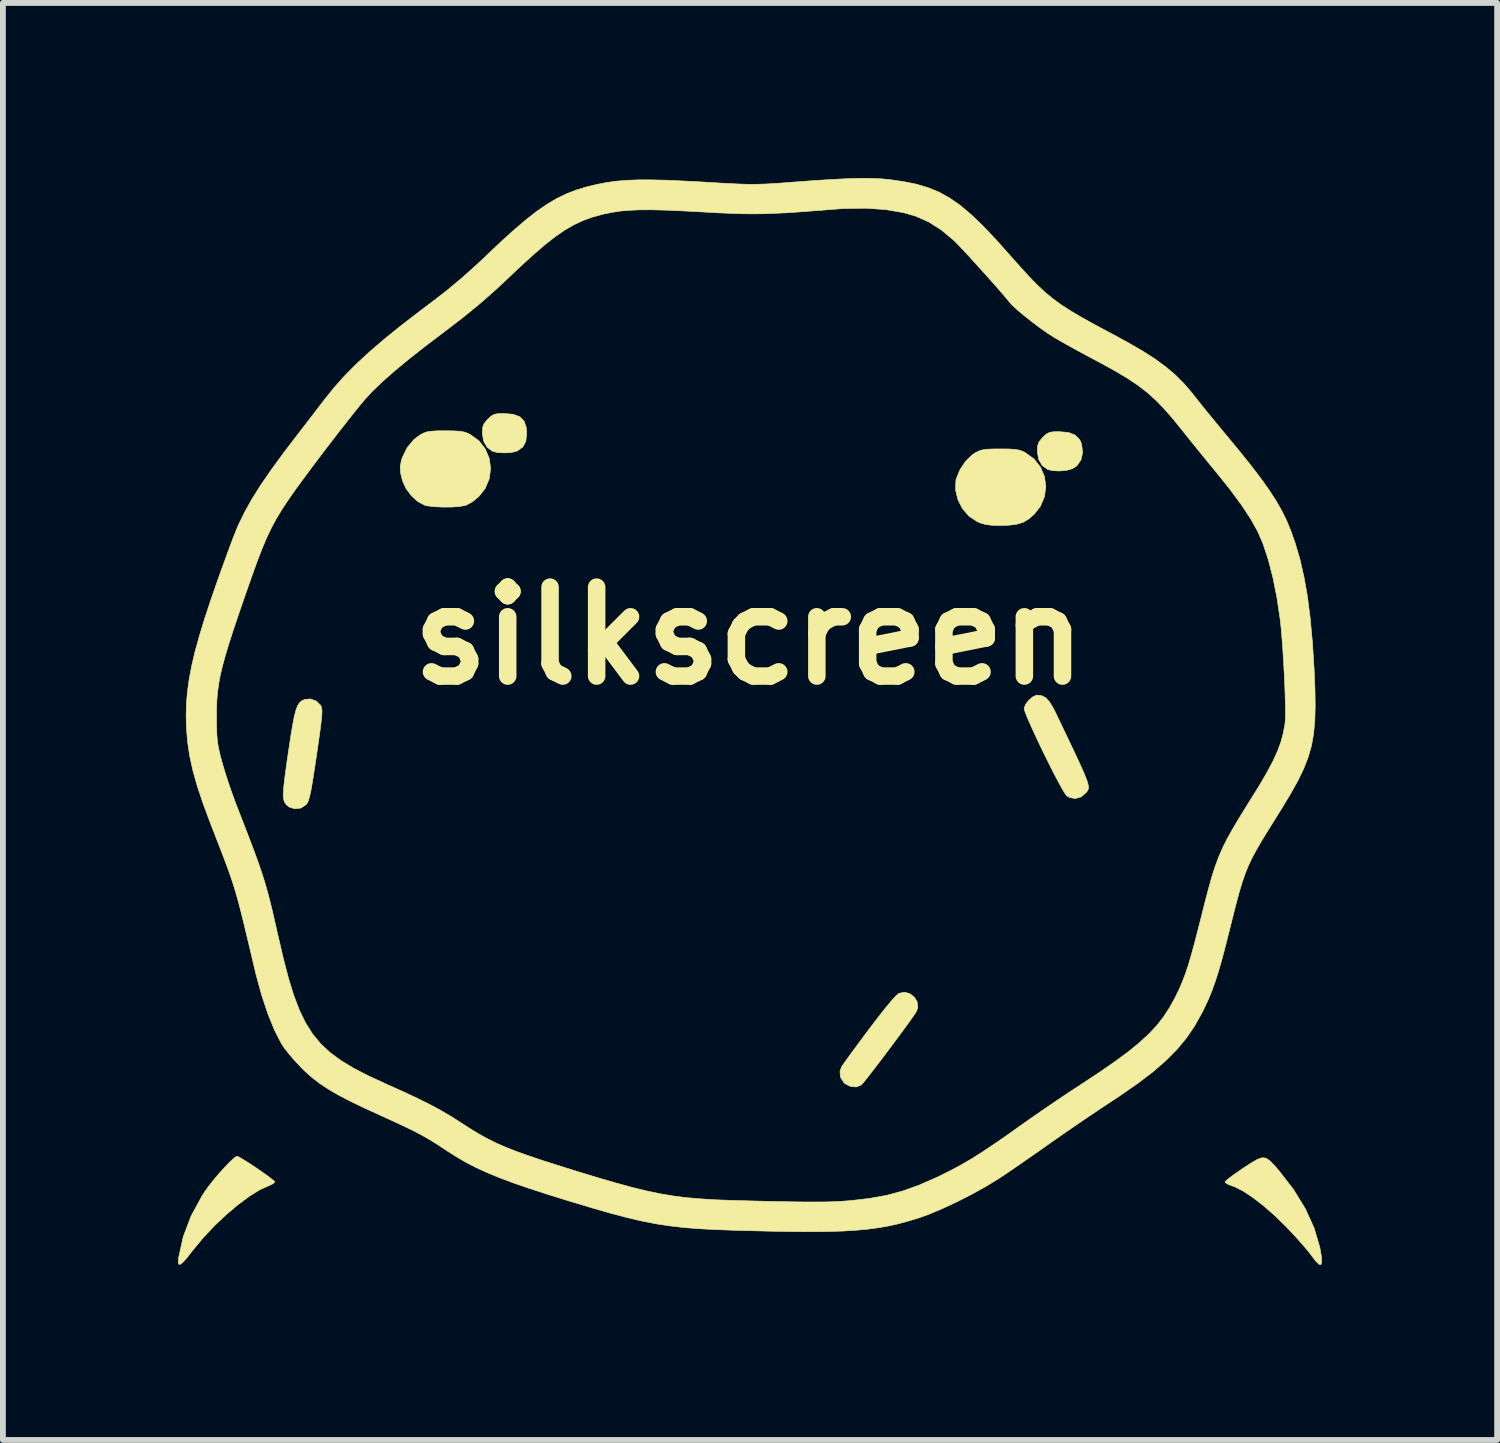
<source format=kicad_pcb>
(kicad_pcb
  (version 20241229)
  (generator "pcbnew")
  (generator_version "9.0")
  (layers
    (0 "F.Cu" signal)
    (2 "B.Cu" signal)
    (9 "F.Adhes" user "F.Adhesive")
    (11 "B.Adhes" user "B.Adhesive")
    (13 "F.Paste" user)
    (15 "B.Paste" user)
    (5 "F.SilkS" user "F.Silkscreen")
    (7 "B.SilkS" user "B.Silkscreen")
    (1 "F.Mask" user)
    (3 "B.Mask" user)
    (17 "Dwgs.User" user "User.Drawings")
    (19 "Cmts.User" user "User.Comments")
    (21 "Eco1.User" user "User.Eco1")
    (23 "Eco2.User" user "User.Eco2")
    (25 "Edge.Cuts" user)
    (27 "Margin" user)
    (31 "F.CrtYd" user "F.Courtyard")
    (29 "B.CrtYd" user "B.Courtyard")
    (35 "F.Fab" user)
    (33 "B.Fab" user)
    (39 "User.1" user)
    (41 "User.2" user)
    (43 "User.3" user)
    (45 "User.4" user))
  (footprint "silkscreen"
    (layer "F.Cu")
    (at 9.787 7.846)
    (property "Reference" "silkscreen" (at 0 0 0) (layer "F.SilkS") (effects (font (size 1.524 1.524) (thickness 0.3))))
    (attr through_hole)
    (fp_poly (pts (xy 5.472 -3.485) (xy 5.59 -3.439) (xy 5.667 -3.36) (xy 5.698 -3.284) (xy 5.715 -3.141) (xy 5.687 -3.015) (xy 5.617 -2.915) (xy 5.544 -2.866) (xy 5.446 -2.837) (xy 5.322 -2.825) (xy 5.201 -2.831) (xy 5.119 -2.85) (xy 5.024 -2.917) (xy 4.962 -3.024) (xy 4.939 -3.16) (xy 4.939 -3.168) (xy 4.945 -3.261) (xy 4.97 -3.327) (xy 5.025 -3.394) (xy 5.035 -3.404) (xy 5.093 -3.457) (xy 5.145 -3.485) (xy 5.213 -3.497) (xy 5.31 -3.499) (xy 5.472 -3.485)) (stroke (width 0.01) (type solid)) (fill yes) (layer "F.SilkS"))
    (fp_poly (pts (xy -4.045 -3.797) (xy -3.93 -3.755) (xy -3.856 -3.681) (xy -3.818 -3.569) (xy -3.811 -3.47) (xy -3.826 -3.333) (xy -3.878 -3.236) (xy -3.97 -3.171) (xy -3.998 -3.159) (xy -4.084 -3.141) (xy -4.197 -3.135) (xy -4.309 -3.142) (xy -4.392 -3.16) (xy -4.487 -3.228) (xy -4.549 -3.334) (xy -4.572 -3.471) (xy -4.572 -3.478) (xy -4.566 -3.572) (xy -4.541 -3.638) (xy -4.485 -3.705) (xy -4.476 -3.714) (xy -4.417 -3.768) (xy -4.364 -3.797) (xy -4.294 -3.808) (xy -4.206 -3.81) (xy -4.045 -3.797)) (stroke (width 0.01) (type solid)) (fill yes) (layer "F.SilkS"))
    (fp_poly (pts (xy 4.449 -3.202) (xy 4.552 -3.195) (xy 4.628 -3.183) (xy 4.69 -3.161) (xy 4.73 -3.141) (xy 4.883 -3.03) (xy 4.994 -2.89) (xy 5.062 -2.729) (xy 5.085 -2.557) (xy 5.061 -2.383) (xy 4.991 -2.218) (xy 4.886 -2.085) (xy 4.792 -2.002) (xy 4.695 -1.945) (xy 4.582 -1.911) (xy 4.439 -1.895) (xy 4.29 -1.891) (xy 4.152 -1.895) (xy 4.048 -1.909) (xy 3.958 -1.936) (xy 3.905 -1.959) (xy 3.767 -2.052) (xy 3.655 -2.182) (xy 3.577 -2.336) (xy 3.538 -2.502) (xy 3.544 -2.665) (xy 3.552 -2.697) (xy 3.615 -2.849) (xy 3.71 -2.991) (xy 3.824 -3.102) (xy 3.872 -3.134) (xy 3.932 -3.165) (xy 3.992 -3.185) (xy 4.064 -3.197) (xy 4.165 -3.202) (xy 4.304 -3.203) (xy 4.449 -3.202)) (stroke (width 0.01) (type solid)) (fill yes) (layer "F.SilkS"))
    (fp_poly (pts (xy 8.854 8.95) (xy 8.918 8.99) (xy 8.992 9.065) (xy 9.082 9.168) (xy 9.331 9.49) (xy 9.532 9.818) (xy 9.682 10.148) (xy 9.779 10.476) (xy 9.807 10.633) (xy 9.813 10.729) (xy 9.8 10.775) (xy 9.766 10.77) (xy 9.71 10.714) (xy 9.638 10.619) (xy 9.578 10.542) (xy 9.489 10.437) (xy 9.38 10.314) (xy 9.261 10.186) (xy 9.201 10.124) (xy 9.012 9.938) (xy 8.822 9.772) (xy 8.639 9.63) (xy 8.471 9.518) (xy 8.325 9.443) (xy 8.269 9.423) (xy 8.199 9.395) (xy 8.16 9.367) (xy 8.157 9.358) (xy 8.179 9.332) (xy 8.241 9.282) (xy 8.332 9.215) (xy 8.445 9.138) (xy 8.471 9.12) (xy 8.609 9.03) (xy 8.712 8.971) (xy 8.789 8.944) (xy 8.854 8.95)) (stroke (width 0.01) (type solid)) (fill yes) (layer "F.SilkS"))
    (fp_poly (pts (xy -5.062 -3.512) (xy -4.959 -3.506) (xy -4.884 -3.493) (xy -4.822 -3.472) (xy -4.779 -3.451) (xy -4.629 -3.342) (xy -4.52 -3.201) (xy -4.453 -3.04) (xy -4.43 -2.868) (xy -4.452 -2.695) (xy -4.52 -2.53) (xy -4.625 -2.395) (xy -4.736 -2.301) (xy -4.843 -2.242) (xy -4.868 -2.233) (xy -4.969 -2.216) (xy -5.103 -2.207) (xy -5.251 -2.206) (xy -5.394 -2.213) (xy -5.512 -2.227) (xy -5.559 -2.238) (xy -5.676 -2.3) (xy -5.788 -2.401) (xy -5.881 -2.527) (xy -5.939 -2.655) (xy -5.972 -2.79) (xy -5.979 -2.899) (xy -5.959 -3.004) (xy -5.942 -3.057) (xy -5.859 -3.226) (xy -5.743 -3.365) (xy -5.637 -3.445) (xy -5.577 -3.476) (xy -5.518 -3.496) (xy -5.445 -3.507) (xy -5.343 -3.513) (xy -5.207 -3.514) (xy -5.062 -3.512)) (stroke (width 0.01) (type solid)) (fill yes) (layer "F.SilkS"))
    (fp_poly (pts (xy 2.755 6.132) (xy 2.831 6.19) (xy 2.88 6.272) (xy 2.891 6.365) (xy 2.871 6.43) (xy 2.843 6.475) (xy 2.787 6.556) (xy 2.708 6.666) (xy 2.613 6.796) (xy 2.506 6.94) (xy 2.394 7.09) (xy 2.282 7.239) (xy 2.176 7.378) (xy 2.081 7.501) (xy 2.003 7.601) (xy 1.947 7.669) (xy 1.921 7.697) (xy 1.835 7.731) (xy 1.736 7.722) (xy 1.644 7.674) (xy 1.627 7.658) (xy 1.565 7.563) (xy 1.558 7.459) (xy 1.585 7.386) (xy 1.61 7.348) (xy 1.665 7.271) (xy 1.743 7.163) (xy 1.841 7.03) (xy 1.952 6.879) (xy 2.052 6.746) (xy 2.199 6.553) (xy 2.326 6.391) (xy 2.431 6.264) (xy 2.51 6.176) (xy 2.561 6.131) (xy 2.568 6.127) (xy 2.664 6.107) (xy 2.755 6.132)) (stroke (width 0.01) (type solid)) (fill yes) (layer "F.SilkS"))
    (fp_poly (pts (xy -8.739 8.933) (xy -8.669 8.974) (xy -8.576 9.032) (xy -8.471 9.101) (xy -8.365 9.174) (xy -8.266 9.244) (xy -8.188 9.303) (xy -8.139 9.343) (xy -8.129 9.357) (xy -8.152 9.384) (xy -8.212 9.415) (xy -8.234 9.424) (xy -8.39 9.495) (xy -8.569 9.607) (xy -8.762 9.751) (xy -8.963 9.921) (xy -9.162 10.109) (xy -9.35 10.309) (xy -9.521 10.514) (xy -9.539 10.537) (xy -9.637 10.662) (xy -9.708 10.74) (xy -9.754 10.773) (xy -9.778 10.763) (xy -9.782 10.711) (xy -9.777 10.661) (xy -9.697 10.299) (xy -9.563 9.944) (xy -9.375 9.598) (xy -9.33 9.528) (xy -9.258 9.428) (xy -9.171 9.318) (xy -9.076 9.206) (xy -8.981 9.102) (xy -8.895 9.013) (xy -8.826 8.949) (xy -8.781 8.919) (xy -8.775 8.918) (xy -8.739 8.933)) (stroke (width 0.01) (type solid)) (fill yes) (layer "F.SilkS"))
    (fp_poly (pts (xy 5.016 1.026) (xy 5.084 1.062) (xy 5.148 1.132) (xy 5.215 1.243) (xy 5.263 1.339) (xy 5.398 1.622) (xy 5.511 1.859) (xy 5.603 2.054) (xy 5.676 2.211) (xy 5.732 2.336) (xy 5.772 2.433) (xy 5.798 2.506) (xy 5.812 2.561) (xy 5.816 2.6) (xy 5.811 2.63) (xy 5.799 2.655) (xy 5.782 2.678) (xy 5.778 2.684) (xy 5.69 2.76) (xy 5.588 2.789) (xy 5.486 2.767) (xy 5.442 2.74) (xy 5.412 2.7) (xy 5.362 2.617) (xy 5.298 2.5) (xy 5.222 2.356) (xy 5.14 2.193) (xy 5.055 2.021) (xy 4.971 1.848) (xy 4.893 1.681) (xy 4.824 1.53) (xy 4.768 1.402) (xy 4.73 1.306) (xy 4.713 1.25) (xy 4.713 1.245) (xy 4.735 1.179) (xy 4.79 1.107) (xy 4.859 1.047) (xy 4.925 1.017) (xy 4.935 1.016) (xy 5.016 1.026)) (stroke (width 0.01) (type solid)) (fill yes) (layer "F.SilkS"))
    (fp_poly (pts (xy -7.42 1.117) (xy -7.346 1.186) (xy -7.336 1.203) (xy -7.326 1.23) (xy -7.32 1.269) (xy -7.32 1.326) (xy -7.326 1.408) (xy -7.339 1.521) (xy -7.359 1.672) (xy -7.387 1.868) (xy -7.413 2.049) (xy -7.448 2.281) (xy -7.477 2.465) (xy -7.5 2.605) (xy -7.521 2.709) (xy -7.539 2.784) (xy -7.556 2.836) (xy -7.575 2.871) (xy -7.593 2.894) (xy -7.681 2.951) (xy -7.783 2.964) (xy -7.881 2.934) (xy -7.926 2.898) (xy -7.95 2.868) (xy -7.968 2.832) (xy -7.979 2.785) (xy -7.983 2.719) (xy -7.978 2.629) (xy -7.966 2.509) (xy -7.946 2.35) (xy -7.918 2.148) (xy -7.886 1.934) (xy -7.851 1.701) (xy -7.82 1.517) (xy -7.793 1.377) (xy -7.766 1.273) (xy -7.738 1.199) (xy -7.707 1.149) (xy -7.67 1.116) (xy -7.625 1.094) (xy -7.613 1.089) (xy -7.517 1.082) (xy -7.42 1.117)) (stroke (width 0.01) (type solid)) (fill yes) (layer "F.SilkS"))
    (fp_poly (pts (xy 2.139 -7.838) (xy 2.276 -7.831) (xy 2.393 -7.82) (xy 2.642 -7.785) (xy 2.865 -7.74) (xy 3.067 -7.68) (xy 3.256 -7.603) (xy 3.438 -7.502) (xy 3.62 -7.375) (xy 3.807 -7.217) (xy 4.007 -7.025) (xy 4.226 -6.794) (xy 4.463 -6.528) (xy 4.642 -6.327) (xy 4.797 -6.157) (xy 4.938 -6.012) (xy 5.072 -5.887) (xy 5.209 -5.774) (xy 5.355 -5.668) (xy 5.519 -5.563) (xy 5.709 -5.451) (xy 5.933 -5.327) (xy 6.199 -5.185) (xy 6.209 -5.18) (xy 6.502 -5.02) (xy 6.751 -4.876) (xy 6.962 -4.74) (xy 7.143 -4.607) (xy 7.301 -4.473) (xy 7.445 -4.33) (xy 7.581 -4.173) (xy 7.641 -4.096) (xy 7.723 -3.993) (xy 7.83 -3.859) (xy 7.954 -3.708) (xy 8.083 -3.551) (xy 8.185 -3.429) (xy 8.416 -3.149) (xy 8.613 -2.903) (xy 8.779 -2.685) (xy 8.918 -2.489) (xy 9.034 -2.309) (xy 9.131 -2.138) (xy 9.213 -1.97) (xy 9.284 -1.799) (xy 9.348 -1.618) (xy 9.355 -1.598) (xy 9.439 -1.313) (xy 9.509 -1.007) (xy 9.568 -0.673) (xy 9.615 -0.304) (xy 9.653 0.107) (xy 9.682 0.567) (xy 9.683 0.586) (xy 9.697 0.92) (xy 9.701 1.208) (xy 9.694 1.459) (xy 9.673 1.682) (xy 9.636 1.888) (xy 9.579 2.085) (xy 9.501 2.283) (xy 9.399 2.492) (xy 9.27 2.722) (xy 9.113 2.981) (xy 9.047 3.087) (xy 8.907 3.311) (xy 8.792 3.498) (xy 8.697 3.661) (xy 8.619 3.807) (xy 8.553 3.946) (xy 8.496 4.088) (xy 8.444 4.242) (xy 8.392 4.418) (xy 8.337 4.625) (xy 8.274 4.873) (xy 8.239 5.013) (xy 8.166 5.305) (xy 8.101 5.55) (xy 8.041 5.758) (xy 7.984 5.935) (xy 7.927 6.093) (xy 7.867 6.238) (xy 7.801 6.379) (xy 7.759 6.463) (xy 7.635 6.685) (xy 7.494 6.891) (xy 7.332 7.087) (xy 7.142 7.279) (xy 6.919 7.472) (xy 6.656 7.672) (xy 6.349 7.885) (xy 6.228 7.965) (xy 6.035 8.092) (xy 5.815 8.24) (xy 5.583 8.398) (xy 5.358 8.553) (xy 5.156 8.694) (xy 5.141 8.705) (xy 4.964 8.83) (xy 4.783 8.956) (xy 4.608 9.077) (xy 4.452 9.184) (xy 4.326 9.269) (xy 4.29 9.293) (xy 4.069 9.429) (xy 3.822 9.566) (xy 3.563 9.698) (xy 3.308 9.817) (xy 3.072 9.916) (xy 2.907 9.975) (xy 2.735 10.027) (xy 2.567 10.073) (xy 2.399 10.111) (xy 2.224 10.142) (xy 2.038 10.167) (xy 1.835 10.186) (xy 1.611 10.2) (xy 1.359 10.208) (xy 1.075 10.211) (xy 0.753 10.209) (xy 0.388 10.203) (xy -0.025 10.193) (xy -0.268 10.186) (xy -0.581 10.175) (xy -0.86 10.16) (xy -1.116 10.14) (xy -1.358 10.112) (xy -1.595 10.076) (xy -1.836 10.029) (xy -2.091 9.969) (xy -2.369 9.896) (xy -2.679 9.807) (xy -3.032 9.701) (xy -3.109 9.678) (xy -3.467 9.566) (xy -3.778 9.465) (xy -4.048 9.372) (xy -4.282 9.284) (xy -4.489 9.199) (xy -4.675 9.114) (xy -4.846 9.026) (xy -5.009 8.931) (xy -5.171 8.829) (xy -5.22 8.796) (xy -5.347 8.712) (xy -5.465 8.639) (xy -5.585 8.569) (xy -5.716 8.5) (xy -5.868 8.425) (xy -6.051 8.339) (xy -6.274 8.237) (xy -6.325 8.214) (xy -6.608 8.084) (xy -6.846 7.969) (xy -7.046 7.864) (xy -7.214 7.766) (xy -7.359 7.67) (xy -7.487 7.571) (xy -7.606 7.466) (xy -7.676 7.397) (xy -7.783 7.283) (xy -7.885 7.164) (xy -7.969 7.056) (xy -8.014 6.988) (xy -8.133 6.757) (xy -8.247 6.476) (xy -8.354 6.154) (xy -8.451 5.798) (xy -8.466 5.736) (xy -8.539 5.426) (xy -8.602 5.163) (xy -8.655 4.941) (xy -8.702 4.751) (xy -8.744 4.588) (xy -8.784 4.443) (xy -8.824 4.309) (xy -8.866 4.179) (xy -8.912 4.045) (xy -8.965 3.901) (xy -9.026 3.739) (xy -9.099 3.552) (xy -9.184 3.332) (xy -9.229 3.217) (xy -9.355 2.878) (xy -9.456 2.577) (xy -9.532 2.306) (xy -9.587 2.055) (xy -9.623 1.814) (xy -9.642 1.573) (xy -9.644 1.538) (xy -9.646 1.395) (xy -9.127 1.395) (xy -9.127 1.397) (xy -9.125 1.571) (xy -9.12 1.707) (xy -9.11 1.82) (xy -9.091 1.928) (xy -9.064 2.048) (xy -9.035 2.156) (xy -8.991 2.306) (xy -8.933 2.489) (xy -8.866 2.684) (xy -8.797 2.872) (xy -8.774 2.932) (xy -8.659 3.227) (xy -8.563 3.477) (xy -8.482 3.691) (xy -8.414 3.877) (xy -8.357 4.043) (xy -8.307 4.199) (xy -8.263 4.351) (xy -8.221 4.508) (xy -8.178 4.678) (xy -8.134 4.87) (xy -8.084 5.091) (xy -8.07 5.15) (xy -7.98 5.537) (xy -7.892 5.874) (xy -7.801 6.167) (xy -7.705 6.419) (xy -7.598 6.637) (xy -7.478 6.827) (xy -7.339 6.994) (xy -7.177 7.144) (xy -6.99 7.281) (xy -6.771 7.413) (xy -6.518 7.543) (xy -6.227 7.677) (xy -6.195 7.692) (xy -5.911 7.819) (xy -5.671 7.932) (xy -5.463 8.036) (xy -5.279 8.135) (xy -5.107 8.236) (xy -4.939 8.343) (xy -4.925 8.352) (xy -4.773 8.45) (xy -4.63 8.537) (xy -4.488 8.615) (xy -4.341 8.689) (xy -4.182 8.759) (xy -4.003 8.83) (xy -3.798 8.904) (xy -3.561 8.984) (xy -3.283 9.073) (xy -2.959 9.174) (xy -2.927 9.184) (xy -2.576 9.291) (xy -2.268 9.38) (xy -1.996 9.454) (xy -1.749 9.514) (xy -1.519 9.562) (xy -1.296 9.599) (xy -1.07 9.628) (xy -0.834 9.648) (xy -0.577 9.664) (xy -0.29 9.675) (xy -0.141 9.679) (xy 0.206 9.688) (xy 0.503 9.695) (xy 0.755 9.699) (xy 0.97 9.702) (xy 1.152 9.702) (xy 1.308 9.701) (xy 1.444 9.697) (xy 1.566 9.691) (xy 1.68 9.683) (xy 1.722 9.68) (xy 2.056 9.642) (xy 2.356 9.588) (xy 2.638 9.512) (xy 2.922 9.409) (xy 3.227 9.275) (xy 3.26 9.259) (xy 3.449 9.165) (xy 3.632 9.067) (xy 3.816 8.96) (xy 4.011 8.836) (xy 4.226 8.692) (xy 4.471 8.522) (xy 4.627 8.41) (xy 4.81 8.281) (xy 5.024 8.133) (xy 5.251 7.978) (xy 5.476 7.827) (xy 5.68 7.693) (xy 5.7 7.68) (xy 6.01 7.475) (xy 6.275 7.292) (xy 6.5 7.126) (xy 6.69 6.971) (xy 6.85 6.823) (xy 6.986 6.678) (xy 7.102 6.53) (xy 7.203 6.375) (xy 7.296 6.207) (xy 7.308 6.183) (xy 7.37 6.055) (xy 7.425 5.927) (xy 7.477 5.791) (xy 7.528 5.638) (xy 7.581 5.458) (xy 7.639 5.245) (xy 7.705 4.988) (xy 7.735 4.872) (xy 7.807 4.583) (xy 7.871 4.34) (xy 7.929 4.133) (xy 7.986 3.954) (xy 8.046 3.792) (xy 8.112 3.639) (xy 8.188 3.486) (xy 8.279 3.322) (xy 8.387 3.14) (xy 8.517 2.929) (xy 8.594 2.806) (xy 8.752 2.551) (xy 8.879 2.333) (xy 8.979 2.144) (xy 9.055 1.977) (xy 9.112 1.824) (xy 9.152 1.677) (xy 9.18 1.528) (xy 9.186 1.482) (xy 9.191 1.398) (xy 9.191 1.268) (xy 9.188 1.101) (xy 9.182 0.907) (xy 9.173 0.696) (xy 9.161 0.478) (xy 9.148 0.262) (xy 9.133 0.058) (xy 9.118 -0.124) (xy 9.102 -0.274) (xy 9.101 -0.28) (xy 9.046 -0.65) (xy 8.977 -0.996) (xy 8.896 -1.309) (xy 8.805 -1.583) (xy 8.714 -1.792) (xy 8.596 -2.003) (xy 8.442 -2.237) (xy 8.249 -2.499) (xy 8.015 -2.792) (xy 8 -2.81) (xy 7.871 -2.967) (xy 7.732 -3.137) (xy 7.597 -3.304) (xy 7.478 -3.453) (xy 7.429 -3.514) (xy 7.262 -3.72) (xy 7.111 -3.893) (xy 6.966 -4.042) (xy 6.819 -4.174) (xy 6.66 -4.296) (xy 6.48 -4.416) (xy 6.27 -4.541) (xy 6.021 -4.678) (xy 5.927 -4.728) (xy 5.758 -4.818) (xy 5.587 -4.911) (xy 5.428 -4.999) (xy 5.295 -5.075) (xy 5.224 -5.117) (xy 5.111 -5.189) (xy 4.981 -5.281) (xy 4.845 -5.383) (xy 4.714 -5.487) (xy 4.598 -5.584) (xy 4.509 -5.667) (xy 4.456 -5.725) (xy 4.412 -5.78) (xy 4.337 -5.869) (xy 4.238 -5.982) (xy 4.123 -6.112) (xy 3.999 -6.25) (xy 3.874 -6.388) (xy 3.756 -6.518) (xy 3.651 -6.631) (xy 3.566 -6.719) (xy 3.511 -6.775) (xy 3.292 -6.957) (xy 3.076 -7.094) (xy 2.849 -7.194) (xy 2.646 -7.252) (xy 2.339 -7.305) (xy 1.992 -7.328) (xy 1.616 -7.322) (xy 1.482 -7.312) (xy 1.161 -7.287) (xy 0.886 -7.266) (xy 0.649 -7.25) (xy 0.439 -7.24) (xy 0.247 -7.233) (xy 0.063 -7.231) (xy -0.123 -7.233) (xy -0.319 -7.24) (xy -0.536 -7.249) (xy -0.784 -7.263) (xy -0.834 -7.266) (xy -1.159 -7.283) (xy -1.435 -7.295) (xy -1.669 -7.301) (xy -1.869 -7.3) (xy -2.042 -7.293) (xy -2.196 -7.28) (xy -2.337 -7.259) (xy -2.474 -7.232) (xy -2.513 -7.223) (xy -2.683 -7.176) (xy -2.843 -7.119) (xy -2.999 -7.046) (xy -3.158 -6.954) (xy -3.325 -6.839) (xy -3.507 -6.696) (xy -3.709 -6.521) (xy -3.939 -6.311) (xy -4.106 -6.152) (xy -4.369 -5.907) (xy -4.625 -5.683) (xy -4.891 -5.466) (xy -5.186 -5.239) (xy -5.21 -5.221) (xy -5.545 -4.967) (xy -5.835 -4.739) (xy -6.082 -4.534) (xy -6.288 -4.352) (xy -6.458 -4.189) (xy -6.564 -4.075) (xy -6.647 -3.977) (xy -6.758 -3.841) (xy -6.888 -3.676) (xy -7.034 -3.49) (xy -7.187 -3.291) (xy -7.342 -3.088) (xy -7.493 -2.888) (xy -7.633 -2.699) (xy -7.756 -2.531) (xy -7.856 -2.39) (xy -7.894 -2.335) (xy -8.006 -2.165) (xy -8.102 -2.007) (xy -8.187 -1.849) (xy -8.267 -1.681) (xy -8.347 -1.492) (xy -8.432 -1.27) (xy -8.524 -1.015) (xy -8.649 -0.658) (xy -8.756 -0.347) (xy -8.846 -0.078) (xy -8.921 0.154) (xy -8.981 0.357) (xy -9.029 0.534) (xy -9.066 0.693) (xy -9.092 0.838) (xy -9.11 0.975) (xy -9.121 1.109) (xy -9.126 1.248) (xy -9.127 1.395) (xy -9.646 1.395) (xy -9.647 1.341) (xy -9.641 1.144) (xy -9.623 0.944) (xy -9.594 0.734) (xy -9.551 0.51) (xy -9.494 0.267) (xy -9.42 0.001) (xy -9.33 -0.295) (xy -9.221 -0.624) (xy -9.093 -0.992) (xy -8.944 -1.404) (xy -8.842 -1.679) (xy -8.755 -1.894) (xy -8.649 -2.111) (xy -8.523 -2.338) (xy -8.371 -2.58) (xy -8.189 -2.845) (xy -7.974 -3.139) (xy -7.828 -3.33) (xy -7.705 -3.491) (xy -7.575 -3.659) (xy -7.45 -3.822) (xy -7.341 -3.964) (xy -7.275 -4.05) (xy -7.111 -4.254) (xy -6.931 -4.456) (xy -6.728 -4.661) (xy -6.498 -4.873) (xy -6.236 -5.097) (xy -5.938 -5.337) (xy -5.598 -5.598) (xy -5.417 -5.734) (xy -5.174 -5.922) (xy -4.917 -6.137) (xy -4.669 -6.359) (xy -4.555 -6.466) (xy -4.286 -6.721) (xy -4.049 -6.938) (xy -3.837 -7.119) (xy -3.645 -7.27) (xy -3.467 -7.393) (xy -3.297 -7.494) (xy -3.131 -7.574) (xy -2.962 -7.64) (xy -2.785 -7.693) (xy -2.747 -7.703) (xy -2.588 -7.74) (xy -2.431 -7.77) (xy -2.269 -7.792) (xy -2.094 -7.806) (xy -1.9 -7.814) (xy -1.68 -7.814) (xy -1.427 -7.808) (xy -1.133 -7.795) (xy -0.792 -7.777) (xy -0.699 -7.771) (xy -0.461 -7.757) (xy -0.267 -7.747) (xy -0.106 -7.74) (xy 0.036 -7.737) (xy 0.169 -7.739) (xy 0.306 -7.744) (xy 0.459 -7.753) (xy 0.64 -7.766) (xy 0.726 -7.773) (xy 1.064 -7.798) (xy 1.353 -7.817) (xy 1.598 -7.83) (xy 1.806 -7.838) (xy 1.984 -7.841) (xy 2.139 -7.838)) (stroke (width 0.01) (type solid)) (fill yes) (layer "F.SilkS")))
  (gr_rect
    (start -3 -3)
    (end 22.606 21.626)
    (stroke (width 0.1) (type default))
    (fill no)
    (layer "Edge.Cuts")))
</source>
